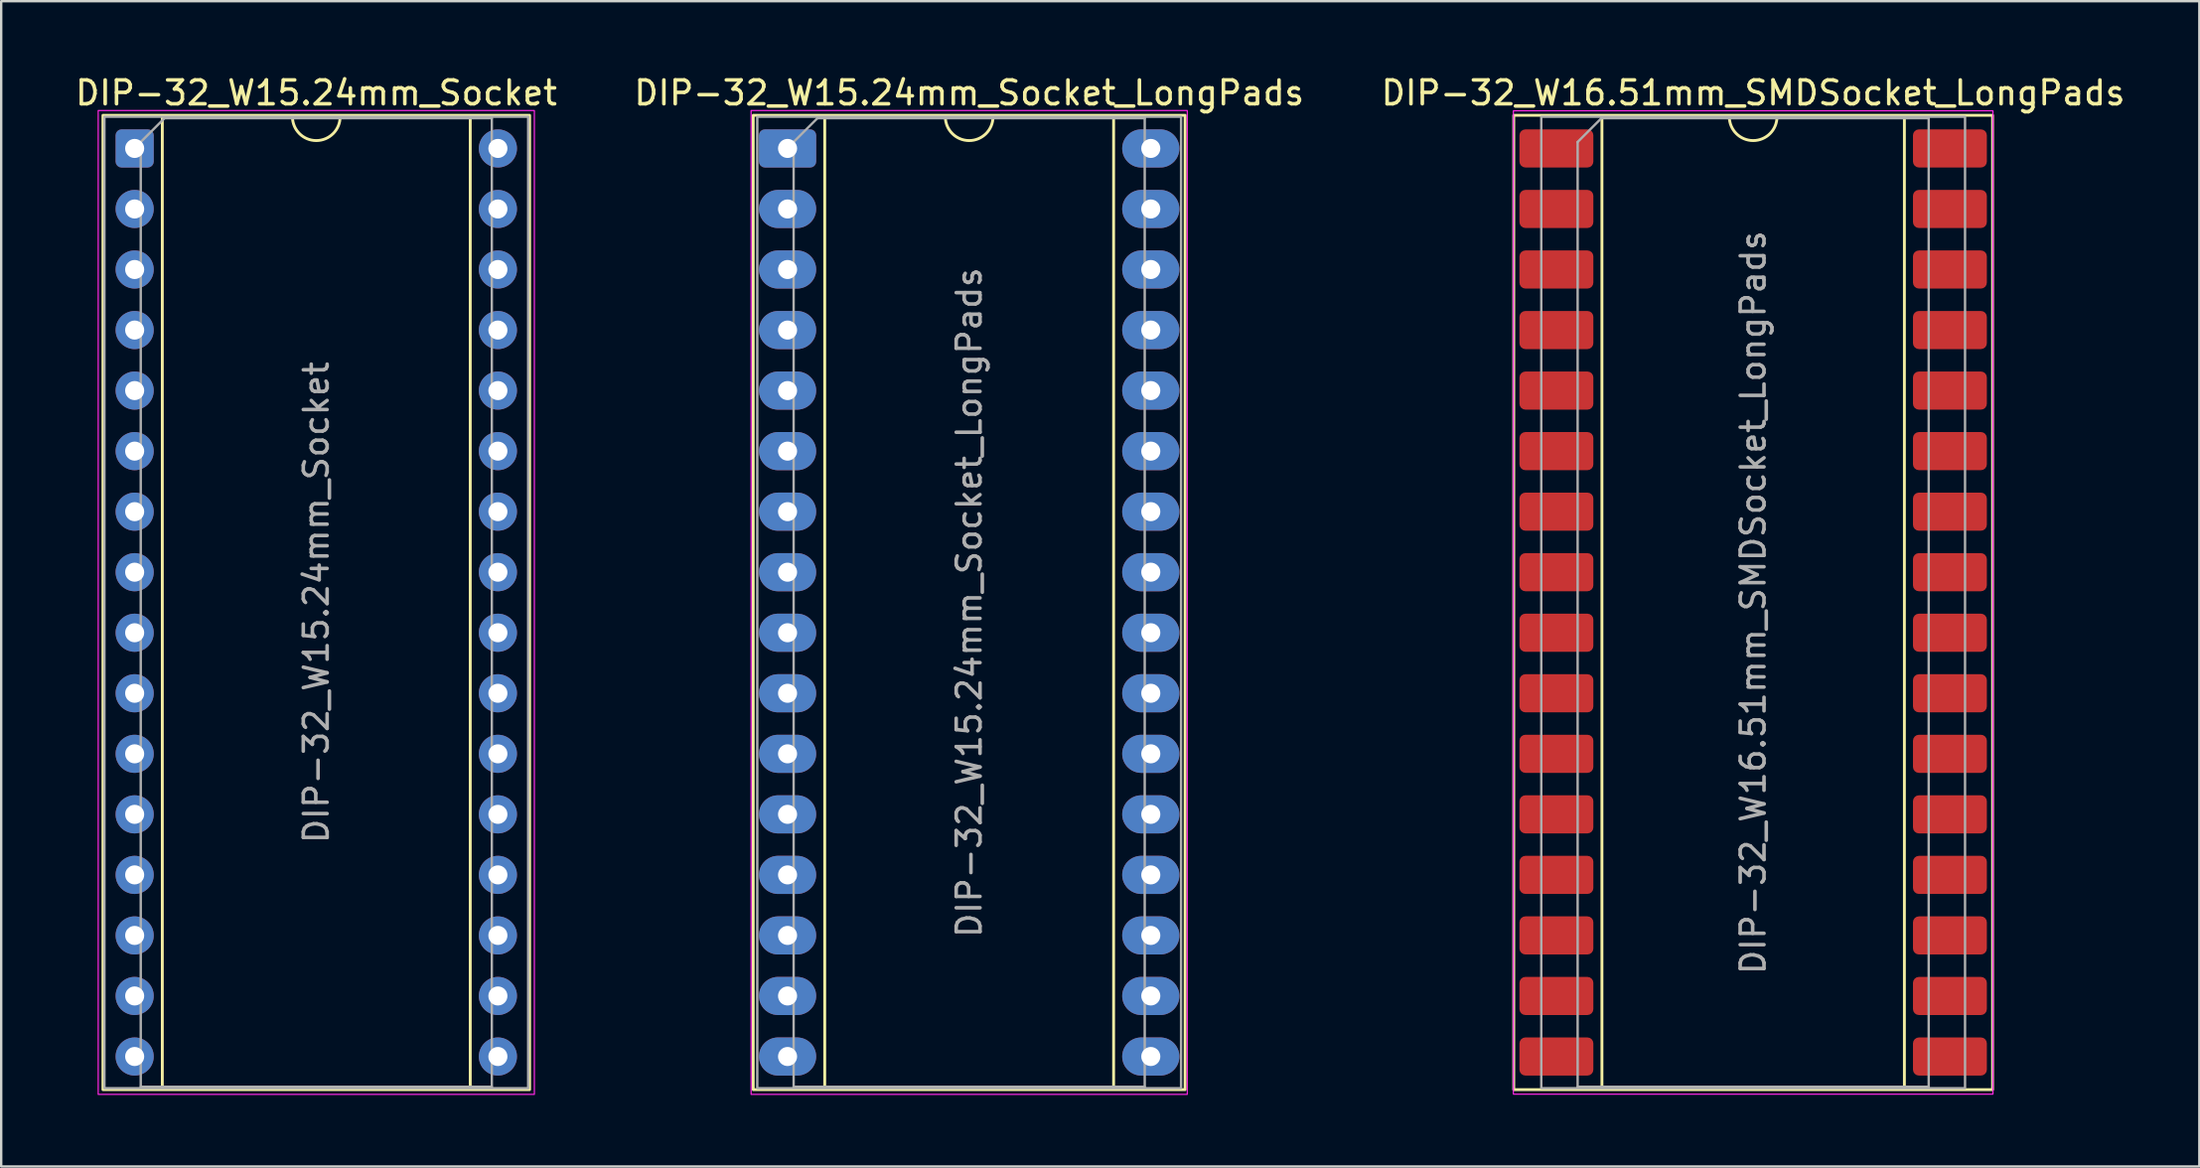
<source format=kicad_pcb>
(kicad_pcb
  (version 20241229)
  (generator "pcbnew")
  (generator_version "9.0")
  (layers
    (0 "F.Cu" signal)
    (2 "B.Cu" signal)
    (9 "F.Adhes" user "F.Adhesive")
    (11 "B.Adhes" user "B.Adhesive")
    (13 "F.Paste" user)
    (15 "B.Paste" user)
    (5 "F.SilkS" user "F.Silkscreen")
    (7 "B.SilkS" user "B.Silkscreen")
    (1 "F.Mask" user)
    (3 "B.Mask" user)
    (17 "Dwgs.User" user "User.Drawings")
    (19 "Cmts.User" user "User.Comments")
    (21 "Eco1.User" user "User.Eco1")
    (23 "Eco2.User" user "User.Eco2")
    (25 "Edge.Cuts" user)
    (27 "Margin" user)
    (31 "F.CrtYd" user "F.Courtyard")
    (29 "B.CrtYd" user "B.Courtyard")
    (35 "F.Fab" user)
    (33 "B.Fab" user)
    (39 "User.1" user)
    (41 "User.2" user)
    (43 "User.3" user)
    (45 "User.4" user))
  (footprint "DIP-32_W15.24mm_Socket_LongPads"
    (layer "F.Cu")
    (at 29.993 3.178)
    (property "Reference" "DIP-32_W15.24mm_Socket_LongPads" (at 7.62 -2.33 0) (layer "F.SilkS") (effects (font (size 1 1) (thickness 0.15))))
    (attr through_hole)
    (fp_line (start 1.56 -1.33) (end 1.56 39.43) (stroke (width 0.12) (type solid)) (layer "F.SilkS"))
    (fp_line (start 1.56 39.43) (end 13.68 39.43) (stroke (width 0.12) (type solid)) (layer "F.SilkS"))
    (fp_line (start 6.62 -1.33) (end 1.56 -1.33) (stroke (width 0.12) (type solid)) (layer "F.SilkS"))
    (fp_line (start 13.68 -1.33) (end 8.62 -1.33) (stroke (width 0.12) (type solid)) (layer "F.SilkS"))
    (fp_line (start 13.68 39.43) (end 13.68 -1.33) (stroke (width 0.12) (type solid)) (layer "F.SilkS"))
    (fp_rect (start -1.44 -1.39) (end 16.68 39.49) (stroke (width 0.12) (type solid)) (fill no) (layer "F.SilkS"))
    (fp_arc (start 8.62 -1.33) (mid 7.62 -0.33) (end 6.62 -1.33) (stroke (width 0.12) (type solid)) (layer "F.SilkS"))
    (fp_rect (start -1.53 -1.59) (end 16.77 39.69) (stroke (width 0.05) (type solid)) (fill no) (layer "F.CrtYd"))
    (fp_line (start 0.255 -0.27) (end 1.255 -1.27) (stroke (width 0.1) (type solid)) (layer "F.Fab"))
    (fp_line (start 0.255 39.37) (end 0.255 -0.27) (stroke (width 0.1) (type solid)) (layer "F.Fab"))
    (fp_line (start 1.255 -1.27) (end 14.985 -1.27) (stroke (width 0.1) (type solid)) (layer "F.Fab"))
    (fp_line (start 14.985 -1.27) (end 14.985 39.37) (stroke (width 0.1) (type solid)) (layer "F.Fab"))
    (fp_line (start 14.985 39.37) (end 0.255 39.37) (stroke (width 0.1) (type solid)) (layer "F.Fab"))
    (fp_rect (start -1.27 -1.33) (end 16.51 39.43) (stroke (width 0.1) (type solid)) (fill no) (layer "F.Fab"))
    (fp_text user "${REFERENCE}" (at 7.62 19.05 90) (layer "F.Fab") (effects (font (size 1 1) (thickness 0.15))))
    (pad "1" thru_hole roundrect (at 0 0) (size 2.4 1.6) (drill 0.8) (layers "*.Cu" "*.Mask") (roundrect_rratio 0.156))
    (pad "2" thru_hole oval (at 0 2.54) (size 2.4 1.6) (drill 0.8) (layers "*.Cu" "*.Mask"))
    (pad "3" thru_hole oval (at 0 5.08) (size 2.4 1.6) (drill 0.8) (layers "*.Cu" "*.Mask"))
    (pad "4" thru_hole oval (at 0 7.62) (size 2.4 1.6) (drill 0.8) (layers "*.Cu" "*.Mask"))
    (pad "5" thru_hole oval (at 0 10.16) (size 2.4 1.6) (drill 0.8) (layers "*.Cu" "*.Mask"))
    (pad "6" thru_hole oval (at 0 12.7) (size 2.4 1.6) (drill 0.8) (layers "*.Cu" "*.Mask"))
    (pad "7" thru_hole oval (at 0 15.24) (size 2.4 1.6) (drill 0.8) (layers "*.Cu" "*.Mask"))
    (pad "8" thru_hole oval (at 0 17.78) (size 2.4 1.6) (drill 0.8) (layers "*.Cu" "*.Mask"))
    (pad "9" thru_hole oval (at 0 20.32) (size 2.4 1.6) (drill 0.8) (layers "*.Cu" "*.Mask"))
    (pad "10" thru_hole oval (at 0 22.86) (size 2.4 1.6) (drill 0.8) (layers "*.Cu" "*.Mask"))
    (pad "11" thru_hole oval (at 0 25.4) (size 2.4 1.6) (drill 0.8) (layers "*.Cu" "*.Mask"))
    (pad "12" thru_hole oval (at 0 27.94) (size 2.4 1.6) (drill 0.8) (layers "*.Cu" "*.Mask"))
    (pad "13" thru_hole oval (at 0 30.48) (size 2.4 1.6) (drill 0.8) (layers "*.Cu" "*.Mask"))
    (pad "14" thru_hole oval (at 0 33.02) (size 2.4 1.6) (drill 0.8) (layers "*.Cu" "*.Mask"))
    (pad "15" thru_hole oval (at 0 35.56) (size 2.4 1.6) (drill 0.8) (layers "*.Cu" "*.Mask"))
    (pad "16" thru_hole oval (at 0 38.1) (size 2.4 1.6) (drill 0.8) (layers "*.Cu" "*.Mask"))
    (pad "17" thru_hole oval (at 15.24 38.1) (size 2.4 1.6) (drill 0.8) (layers "*.Cu" "*.Mask"))
    (pad "18" thru_hole oval (at 15.24 35.56) (size 2.4 1.6) (drill 0.8) (layers "*.Cu" "*.Mask"))
    (pad "19" thru_hole oval (at 15.24 33.02) (size 2.4 1.6) (drill 0.8) (layers "*.Cu" "*.Mask"))
    (pad "20" thru_hole oval (at 15.24 30.48) (size 2.4 1.6) (drill 0.8) (layers "*.Cu" "*.Mask"))
    (pad "21" thru_hole oval (at 15.24 27.94) (size 2.4 1.6) (drill 0.8) (layers "*.Cu" "*.Mask"))
    (pad "22" thru_hole oval (at 15.24 25.4) (size 2.4 1.6) (drill 0.8) (layers "*.Cu" "*.Mask"))
    (pad "23" thru_hole oval (at 15.24 22.86) (size 2.4 1.6) (drill 0.8) (layers "*.Cu" "*.Mask"))
    (pad "24" thru_hole oval (at 15.24 20.32) (size 2.4 1.6) (drill 0.8) (layers "*.Cu" "*.Mask"))
    (pad "25" thru_hole oval (at 15.24 17.78) (size 2.4 1.6) (drill 0.8) (layers "*.Cu" "*.Mask"))
    (pad "26" thru_hole oval (at 15.24 15.24) (size 2.4 1.6) (drill 0.8) (layers "*.Cu" "*.Mask"))
    (pad "27" thru_hole oval (at 15.24 12.7) (size 2.4 1.6) (drill 0.8) (layers "*.Cu" "*.Mask"))
    (pad "28" thru_hole oval (at 15.24 10.16) (size 2.4 1.6) (drill 0.8) (layers "*.Cu" "*.Mask"))
    (pad "29" thru_hole oval (at 15.24 7.62) (size 2.4 1.6) (drill 0.8) (layers "*.Cu" "*.Mask"))
    (pad "30" thru_hole oval (at 15.24 5.08) (size 2.4 1.6) (drill 0.8) (layers "*.Cu" "*.Mask"))
    (pad "31" thru_hole oval (at 15.24 2.54) (size 2.4 1.6) (drill 0.8) (layers "*.Cu" "*.Mask"))
    (pad "32" thru_hole oval (at 15.24 0) (size 2.4 1.6) (drill 0.8) (layers "*.Cu" "*.Mask")))
  (footprint "DIP-32_W15.24mm_Socket"
    (layer "F.Cu")
    (at 2.6 3.178)
    (property "Reference" "DIP-32_W15.24mm_Socket" (at 7.62 -2.33 0) (layer "F.SilkS") (effects (font (size 1 1) (thickness 0.15))))
    (attr through_hole)
    (fp_line (start 1.16 -1.33) (end 1.16 39.43) (stroke (width 0.12) (type solid)) (layer "F.SilkS"))
    (fp_line (start 1.16 39.43) (end 14.08 39.43) (stroke (width 0.12) (type solid)) (layer "F.SilkS"))
    (fp_line (start 6.62 -1.33) (end 1.16 -1.33) (stroke (width 0.12) (type solid)) (layer "F.SilkS"))
    (fp_line (start 14.08 -1.33) (end 8.62 -1.33) (stroke (width 0.12) (type solid)) (layer "F.SilkS"))
    (fp_line (start 14.08 39.43) (end 14.08 -1.33) (stroke (width 0.12) (type solid)) (layer "F.SilkS"))
    (fp_rect (start -1.33 -1.39) (end 16.57 39.49) (stroke (width 0.12) (type solid)) (fill no) (layer "F.SilkS"))
    (fp_arc (start 8.62 -1.33) (mid 7.62 -0.33) (end 6.62 -1.33) (stroke (width 0.12) (type solid)) (layer "F.SilkS"))
    (fp_rect (start -1.53 -1.59) (end 16.77 39.69) (stroke (width 0.05) (type solid)) (fill no) (layer "F.CrtYd"))
    (fp_line (start 0.255 -0.27) (end 1.255 -1.27) (stroke (width 0.1) (type solid)) (layer "F.Fab"))
    (fp_line (start 0.255 39.37) (end 0.255 -0.27) (stroke (width 0.1) (type solid)) (layer "F.Fab"))
    (fp_line (start 1.255 -1.27) (end 14.985 -1.27) (stroke (width 0.1) (type solid)) (layer "F.Fab"))
    (fp_line (start 14.985 -1.27) (end 14.985 39.37) (stroke (width 0.1) (type solid)) (layer "F.Fab"))
    (fp_line (start 14.985 39.37) (end 0.255 39.37) (stroke (width 0.1) (type solid)) (layer "F.Fab"))
    (fp_rect (start -1.27 -1.33) (end 16.51 39.43) (stroke (width 0.1) (type solid)) (fill no) (layer "F.Fab"))
    (fp_text user "${REFERENCE}" (at 7.62 19.05 90) (layer "F.Fab") (effects (font (size 1 1) (thickness 0.15))))
    (pad "1" thru_hole roundrect (at 0 0) (size 1.6 1.6) (drill 0.8) (layers "*.Cu" "*.Mask") (roundrect_rratio 0.156))
    (pad "2" thru_hole circle (at 0 2.54) (size 1.6 1.6) (drill 0.8) (layers "*.Cu" "*.Mask"))
    (pad "3" thru_hole circle (at 0 5.08) (size 1.6 1.6) (drill 0.8) (layers "*.Cu" "*.Mask"))
    (pad "4" thru_hole circle (at 0 7.62) (size 1.6 1.6) (drill 0.8) (layers "*.Cu" "*.Mask"))
    (pad "5" thru_hole circle (at 0 10.16) (size 1.6 1.6) (drill 0.8) (layers "*.Cu" "*.Mask"))
    (pad "6" thru_hole circle (at 0 12.7) (size 1.6 1.6) (drill 0.8) (layers "*.Cu" "*.Mask"))
    (pad "7" thru_hole circle (at 0 15.24) (size 1.6 1.6) (drill 0.8) (layers "*.Cu" "*.Mask"))
    (pad "8" thru_hole circle (at 0 17.78) (size 1.6 1.6) (drill 0.8) (layers "*.Cu" "*.Mask"))
    (pad "9" thru_hole circle (at 0 20.32) (size 1.6 1.6) (drill 0.8) (layers "*.Cu" "*.Mask"))
    (pad "10" thru_hole circle (at 0 22.86) (size 1.6 1.6) (drill 0.8) (layers "*.Cu" "*.Mask"))
    (pad "11" thru_hole circle (at 0 25.4) (size 1.6 1.6) (drill 0.8) (layers "*.Cu" "*.Mask"))
    (pad "12" thru_hole circle (at 0 27.94) (size 1.6 1.6) (drill 0.8) (layers "*.Cu" "*.Mask"))
    (pad "13" thru_hole circle (at 0 30.48) (size 1.6 1.6) (drill 0.8) (layers "*.Cu" "*.Mask"))
    (pad "14" thru_hole circle (at 0 33.02) (size 1.6 1.6) (drill 0.8) (layers "*.Cu" "*.Mask"))
    (pad "15" thru_hole circle (at 0 35.56) (size 1.6 1.6) (drill 0.8) (layers "*.Cu" "*.Mask"))
    (pad "16" thru_hole circle (at 0 38.1) (size 1.6 1.6) (drill 0.8) (layers "*.Cu" "*.Mask"))
    (pad "17" thru_hole circle (at 15.24 38.1) (size 1.6 1.6) (drill 0.8) (layers "*.Cu" "*.Mask"))
    (pad "18" thru_hole circle (at 15.24 35.56) (size 1.6 1.6) (drill 0.8) (layers "*.Cu" "*.Mask"))
    (pad "19" thru_hole circle (at 15.24 33.02) (size 1.6 1.6) (drill 0.8) (layers "*.Cu" "*.Mask"))
    (pad "20" thru_hole circle (at 15.24 30.48) (size 1.6 1.6) (drill 0.8) (layers "*.Cu" "*.Mask"))
    (pad "21" thru_hole circle (at 15.24 27.94) (size 1.6 1.6) (drill 0.8) (layers "*.Cu" "*.Mask"))
    (pad "22" thru_hole circle (at 15.24 25.4) (size 1.6 1.6) (drill 0.8) (layers "*.Cu" "*.Mask"))
    (pad "23" thru_hole circle (at 15.24 22.86) (size 1.6 1.6) (drill 0.8) (layers "*.Cu" "*.Mask"))
    (pad "24" thru_hole circle (at 15.24 20.32) (size 1.6 1.6) (drill 0.8) (layers "*.Cu" "*.Mask"))
    (pad "25" thru_hole circle (at 15.24 17.78) (size 1.6 1.6) (drill 0.8) (layers "*.Cu" "*.Mask"))
    (pad "26" thru_hole circle (at 15.24 15.24) (size 1.6 1.6) (drill 0.8) (layers "*.Cu" "*.Mask"))
    (pad "27" thru_hole circle (at 15.24 12.7) (size 1.6 1.6) (drill 0.8) (layers "*.Cu" "*.Mask"))
    (pad "28" thru_hole circle (at 15.24 10.16) (size 1.6 1.6) (drill 0.8) (layers "*.Cu" "*.Mask"))
    (pad "29" thru_hole circle (at 15.24 7.62) (size 1.6 1.6) (drill 0.8) (layers "*.Cu" "*.Mask"))
    (pad "30" thru_hole circle (at 15.24 5.08) (size 1.6 1.6) (drill 0.8) (layers "*.Cu" "*.Mask"))
    (pad "31" thru_hole circle (at 15.24 2.54) (size 1.6 1.6) (drill 0.8) (layers "*.Cu" "*.Mask"))
    (pad "32" thru_hole circle (at 15.24 0) (size 1.6 1.6) (drill 0.8) (layers "*.Cu" "*.Mask")))
  (footprint "DIP-32_W16.51mm_SMDSocket_LongPads"
    (layer "F.Cu")
    (at 70.506 22.228)
    (property "Reference" "DIP-32_W16.51mm_SMDSocket_LongPads" (at 0 -21.38 0) (layer "F.SilkS") (effects (font (size 1 1) (thickness 0.15))))
    (attr smd)
    (fp_line (start -6.345 -20.38) (end -6.345 20.38) (stroke (width 0.12) (type solid)) (layer "F.SilkS"))
    (fp_line (start -6.345 20.38) (end 6.345 20.38) (stroke (width 0.12) (type solid)) (layer "F.SilkS"))
    (fp_line (start -1 -20.38) (end -6.345 -20.38) (stroke (width 0.12) (type solid)) (layer "F.SilkS"))
    (fp_line (start 6.345 -20.38) (end 1 -20.38) (stroke (width 0.12) (type solid)) (layer "F.SilkS"))
    (fp_line (start 6.345 20.38) (end 6.345 -20.38) (stroke (width 0.12) (type solid)) (layer "F.SilkS"))
    (fp_rect (start -10.045 -20.44) (end 10.045 20.44) (stroke (width 0.12) (type solid)) (fill no) (layer "F.SilkS"))
    (fp_arc (start 1 -20.38) (mid 0 -19.38) (end -1 -20.38) (stroke (width 0.12) (type solid)) (layer "F.SilkS"))
    (fp_rect (start -10.06 -20.63) (end 10.06 20.63) (stroke (width 0.05) (type solid)) (fill no) (layer "F.CrtYd"))
    (fp_line (start -7.365 -19.32) (end -6.365 -20.32) (stroke (width 0.1) (type solid)) (layer "F.Fab"))
    (fp_line (start -7.365 20.32) (end -7.365 -19.32) (stroke (width 0.1) (type solid)) (layer "F.Fab"))
    (fp_line (start -6.365 -20.32) (end 7.365 -20.32) (stroke (width 0.1) (type solid)) (layer "F.Fab"))
    (fp_line (start 7.365 -20.32) (end 7.365 20.32) (stroke (width 0.1) (type solid)) (layer "F.Fab"))
    (fp_line (start 7.365 20.32) (end -7.365 20.32) (stroke (width 0.1) (type solid)) (layer "F.Fab"))
    (fp_rect (start -8.89 -20.38) (end 8.89 20.38) (stroke (width 0.1) (type solid)) (fill no) (layer "F.Fab"))
    (fp_text user "${REFERENCE}" (at 0 0 90) (layer "F.Fab") (effects (font (size 1 1) (thickness 0.15))))
    (pad "1" smd roundrect (at -8.255 -19.05) (size 3.1 1.6) (layers "F.Cu" "F.Mask" "F.Paste") (roundrect_rratio 0.156))
    (pad "2" smd roundrect (at -8.255 -16.51) (size 3.1 1.6) (layers "F.Cu" "F.Mask" "F.Paste") (roundrect_rratio 0.156))
    (pad "3" smd roundrect (at -8.255 -13.97) (size 3.1 1.6) (layers "F.Cu" "F.Mask" "F.Paste") (roundrect_rratio 0.156))
    (pad "4" smd roundrect (at -8.255 -11.43) (size 3.1 1.6) (layers "F.Cu" "F.Mask" "F.Paste") (roundrect_rratio 0.156))
    (pad "5" smd roundrect (at -8.255 -8.89) (size 3.1 1.6) (layers "F.Cu" "F.Mask" "F.Paste") (roundrect_rratio 0.156))
    (pad "6" smd roundrect (at -8.255 -6.35) (size 3.1 1.6) (layers "F.Cu" "F.Mask" "F.Paste") (roundrect_rratio 0.156))
    (pad "7" smd roundrect (at -8.255 -3.81) (size 3.1 1.6) (layers "F.Cu" "F.Mask" "F.Paste") (roundrect_rratio 0.156))
    (pad "8" smd roundrect (at -8.255 -1.27) (size 3.1 1.6) (layers "F.Cu" "F.Mask" "F.Paste") (roundrect_rratio 0.156))
    (pad "9" smd roundrect (at -8.255 1.27) (size 3.1 1.6) (layers "F.Cu" "F.Mask" "F.Paste") (roundrect_rratio 0.156))
    (pad "10" smd roundrect (at -8.255 3.81) (size 3.1 1.6) (layers "F.Cu" "F.Mask" "F.Paste") (roundrect_rratio 0.156))
    (pad "11" smd roundrect (at -8.255 6.35) (size 3.1 1.6) (layers "F.Cu" "F.Mask" "F.Paste") (roundrect_rratio 0.156))
    (pad "12" smd roundrect (at -8.255 8.89) (size 3.1 1.6) (layers "F.Cu" "F.Mask" "F.Paste") (roundrect_rratio 0.156))
    (pad "13" smd roundrect (at -8.255 11.43) (size 3.1 1.6) (layers "F.Cu" "F.Mask" "F.Paste") (roundrect_rratio 0.156))
    (pad "14" smd roundrect (at -8.255 13.97) (size 3.1 1.6) (layers "F.Cu" "F.Mask" "F.Paste") (roundrect_rratio 0.156))
    (pad "15" smd roundrect (at -8.255 16.51) (size 3.1 1.6) (layers "F.Cu" "F.Mask" "F.Paste") (roundrect_rratio 0.156))
    (pad "16" smd roundrect (at -8.255 19.05) (size 3.1 1.6) (layers "F.Cu" "F.Mask" "F.Paste") (roundrect_rratio 0.156))
    (pad "17" smd roundrect (at 8.255 19.05) (size 3.1 1.6) (layers "F.Cu" "F.Mask" "F.Paste") (roundrect_rratio 0.156))
    (pad "18" smd roundrect (at 8.255 16.51) (size 3.1 1.6) (layers "F.Cu" "F.Mask" "F.Paste") (roundrect_rratio 0.156))
    (pad "19" smd roundrect (at 8.255 13.97) (size 3.1 1.6) (layers "F.Cu" "F.Mask" "F.Paste") (roundrect_rratio 0.156))
    (pad "20" smd roundrect (at 8.255 11.43) (size 3.1 1.6) (layers "F.Cu" "F.Mask" "F.Paste") (roundrect_rratio 0.156))
    (pad "21" smd roundrect (at 8.255 8.89) (size 3.1 1.6) (layers "F.Cu" "F.Mask" "F.Paste") (roundrect_rratio 0.156))
    (pad "22" smd roundrect (at 8.255 6.35) (size 3.1 1.6) (layers "F.Cu" "F.Mask" "F.Paste") (roundrect_rratio 0.156))
    (pad "23" smd roundrect (at 8.255 3.81) (size 3.1 1.6) (layers "F.Cu" "F.Mask" "F.Paste") (roundrect_rratio 0.156))
    (pad "24" smd roundrect (at 8.255 1.27) (size 3.1 1.6) (layers "F.Cu" "F.Mask" "F.Paste") (roundrect_rratio 0.156))
    (pad "25" smd roundrect (at 8.255 -1.27) (size 3.1 1.6) (layers "F.Cu" "F.Mask" "F.Paste") (roundrect_rratio 0.156))
    (pad "26" smd roundrect (at 8.255 -3.81) (size 3.1 1.6) (layers "F.Cu" "F.Mask" "F.Paste") (roundrect_rratio 0.156))
    (pad "27" smd roundrect (at 8.255 -6.35) (size 3.1 1.6) (layers "F.Cu" "F.Mask" "F.Paste") (roundrect_rratio 0.156))
    (pad "28" smd roundrect (at 8.255 -8.89) (size 3.1 1.6) (layers "F.Cu" "F.Mask" "F.Paste") (roundrect_rratio 0.156))
    (pad "29" smd roundrect (at 8.255 -11.43) (size 3.1 1.6) (layers "F.Cu" "F.Mask" "F.Paste") (roundrect_rratio 0.156))
    (pad "30" smd roundrect (at 8.255 -13.97) (size 3.1 1.6) (layers "F.Cu" "F.Mask" "F.Paste") (roundrect_rratio 0.156))
    (pad "31" smd roundrect (at 8.255 -16.51) (size 3.1 1.6) (layers "F.Cu" "F.Mask" "F.Paste") (roundrect_rratio 0.156))
    (pad "32" smd roundrect (at 8.255 -19.05) (size 3.1 1.6) (layers "F.Cu" "F.Mask" "F.Paste") (roundrect_rratio 0.156)))
  (gr_rect
    (start -3 -3)
    (end 89.226 45.893)
    (stroke (width 0.1) (type default))
    (fill no)
    (layer "Edge.Cuts")))
</source>
